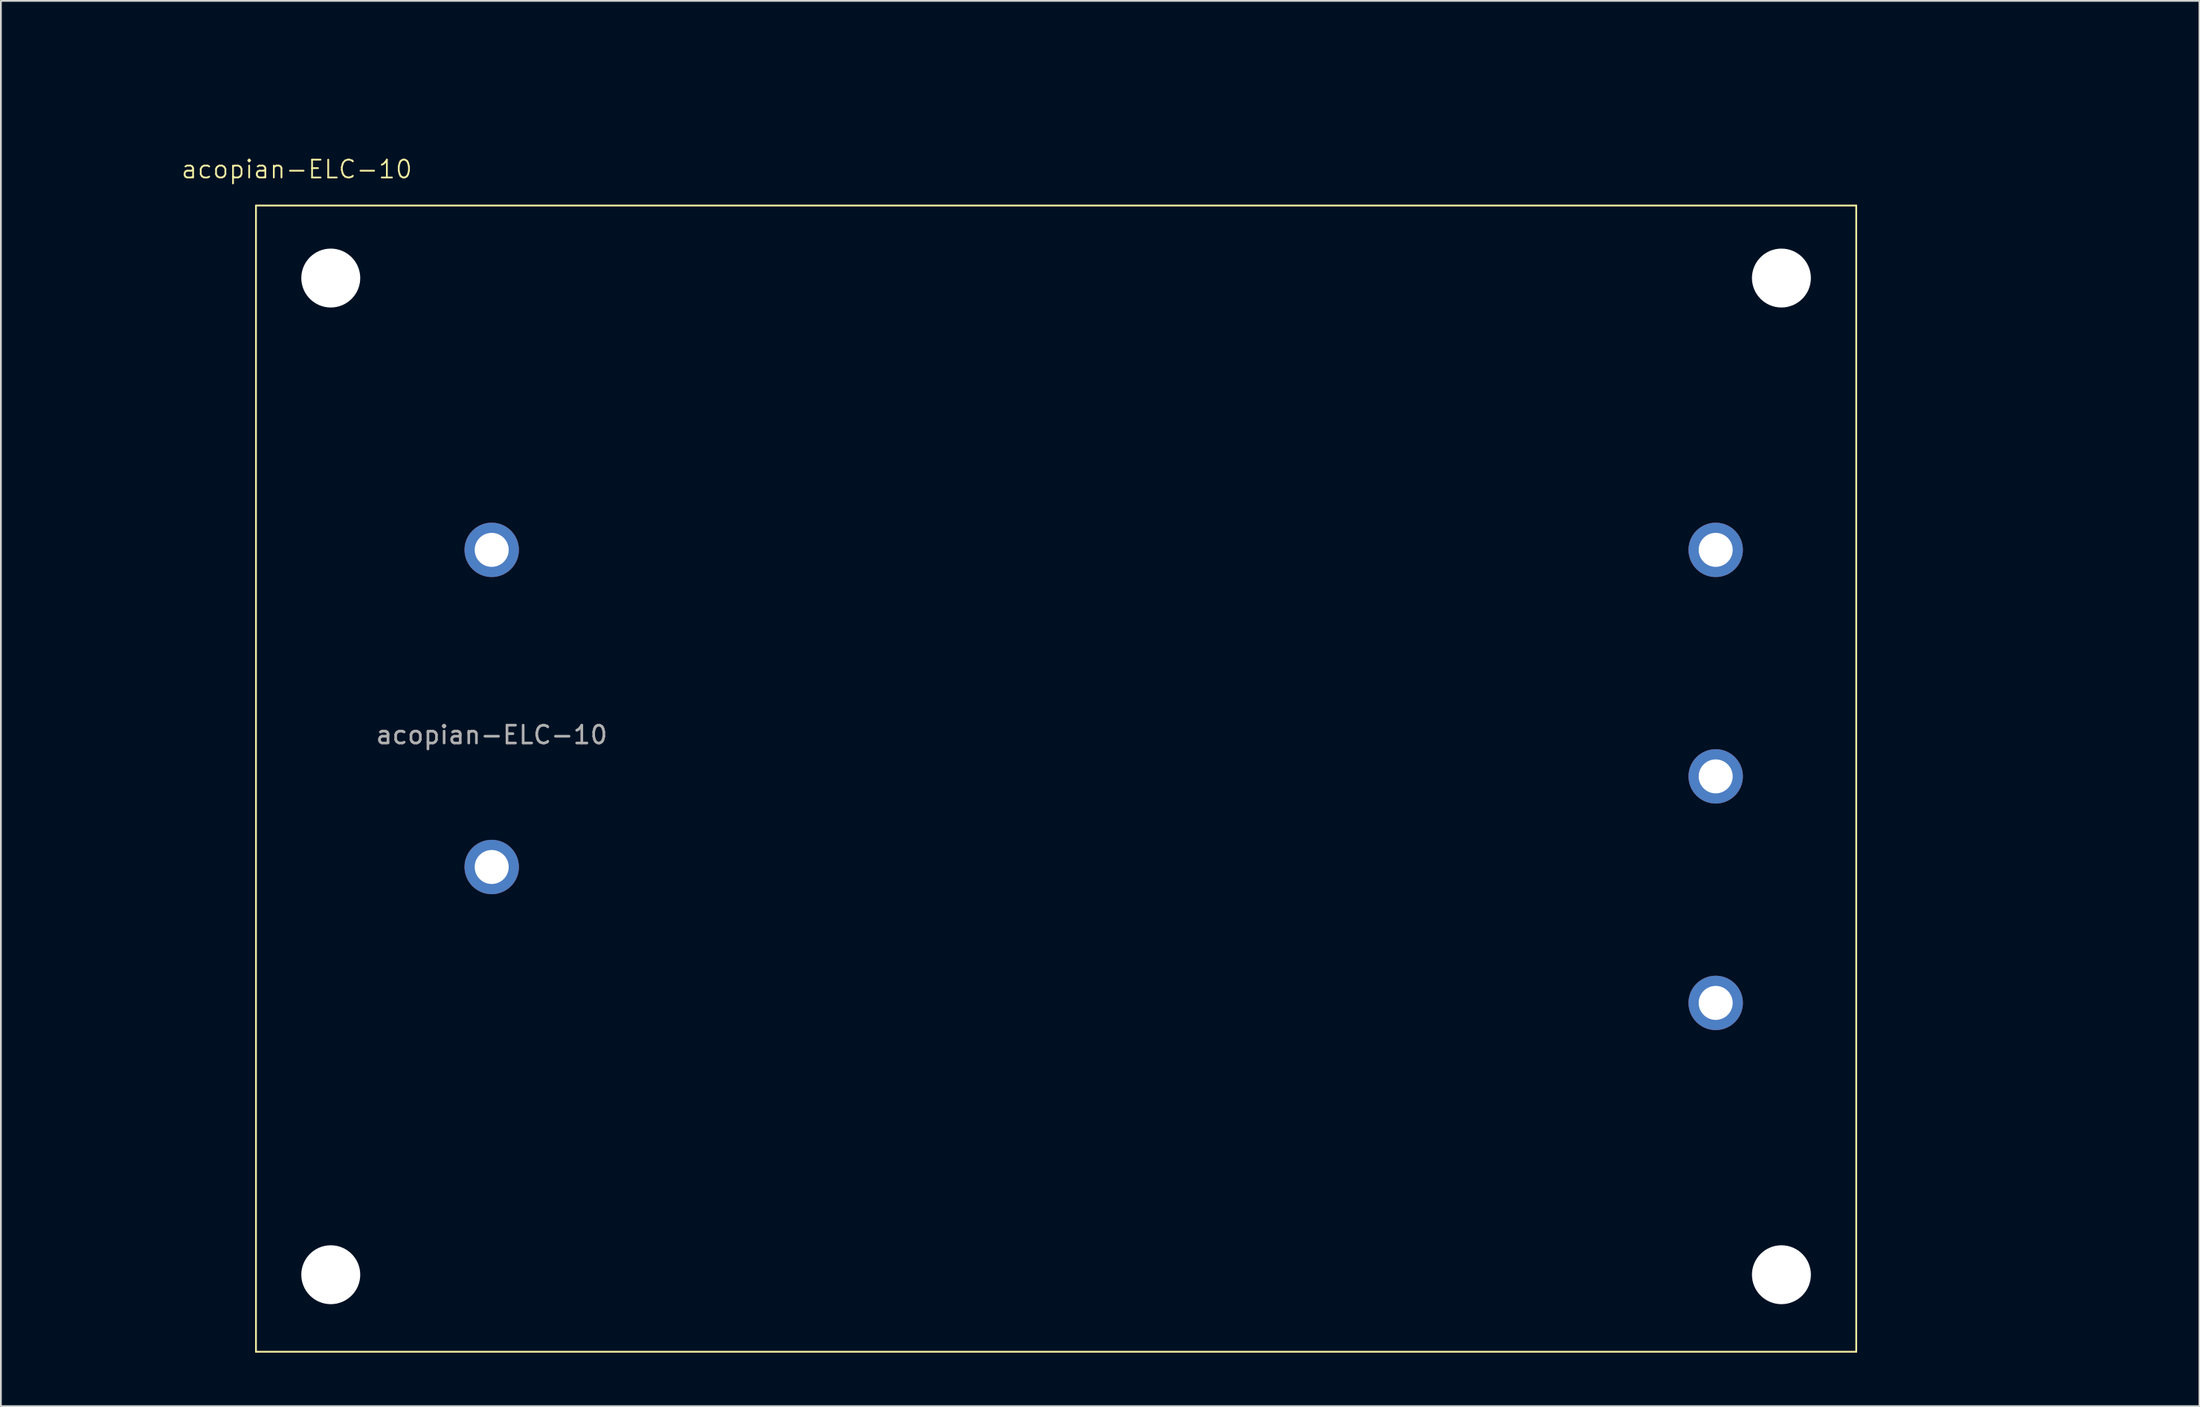
<source format=kicad_pcb>
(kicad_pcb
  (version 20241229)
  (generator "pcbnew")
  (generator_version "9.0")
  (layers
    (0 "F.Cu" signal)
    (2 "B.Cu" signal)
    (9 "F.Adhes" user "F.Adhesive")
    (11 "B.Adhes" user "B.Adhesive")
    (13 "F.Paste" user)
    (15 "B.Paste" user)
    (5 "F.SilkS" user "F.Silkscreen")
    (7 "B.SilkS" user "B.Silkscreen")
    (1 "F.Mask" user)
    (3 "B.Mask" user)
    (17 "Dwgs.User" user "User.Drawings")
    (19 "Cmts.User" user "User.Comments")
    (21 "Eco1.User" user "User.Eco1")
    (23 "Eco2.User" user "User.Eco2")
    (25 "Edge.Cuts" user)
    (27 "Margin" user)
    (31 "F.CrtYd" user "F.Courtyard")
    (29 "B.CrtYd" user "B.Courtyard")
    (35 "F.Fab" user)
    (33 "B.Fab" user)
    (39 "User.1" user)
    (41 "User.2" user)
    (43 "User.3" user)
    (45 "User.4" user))
  (footprint "acopian-ELC-10"
    (layer "F.Cu")
    (at 24.5 35.653)
    (property "Reference" "acopian-ELC-10" (at -10.922 -29.21 0) (unlocked yes) (layer "F.SilkS") (effects (font (size 1 1) (thickness 0.1))))
    (attr through_hole)
    (fp_line (start -13.208 37.084) (end -13.208 -27.178) (stroke (width 0.1) (type default)) (layer "F.SilkS"))
    (fp_line (start -13.208 37.084) (end 76.454 37.084) (stroke (width 0.1) (type default)) (layer "F.SilkS"))
    (fp_line (start 76.454 -27.178) (end -13.208 -27.178) (stroke (width 0.1) (type default)) (layer "F.SilkS"))
    (fp_line (start 76.454 37.084) (end 76.454 -27.178) (stroke (width 0.1) (type default)) (layer "F.SilkS"))
    (fp_text user "${REFERENCE}" (at 0 2.5 0) (unlocked yes) (layer "F.Fab") (effects (font (size 1 1) (thickness 0.15))))
    (dimension (type orthogonal) (layer "User.2") (pts (xy 93.08 40.479) (xy 93.08 53.179)) (height 4.445) (orientation 1) (format (prefix "") (suffix "") (units 3) (units_format 1) (precision 4)) (style (thickness 0.1) (arrow_length 1.27) (text_position_mode 0) (arrow_direction outward) (extension_height 0.586) (extension_offset 0.5) (keep_text_aligned yes)) (gr_text "12.7000 mm" (at 96.375 46.829 90) (layer "User.2") (effects (font (size 1 1) (thickness 0.15)))))
    (dimension (type orthogonal) (layer "User.2") (pts (xy 24.5 27.779) (xy 11.292 8.475)) (height -18.415) (orientation 1) (format (prefix "") (suffix "") (units 3) (units_format 1) (precision 4)) (style (thickness 0.1) (arrow_length 1.27) (text_position_mode 0) (arrow_direction outward) (extension_height 0.586) (extension_offset 0.5) (keep_text_aligned yes)) (gr_text "19.3040 mm" (at 4.935 18.127 90) (layer "User.2") (effects (font (size 1 1) (thickness 0.15)))))
    (dimension (type orthogonal) (layer "User.2") (pts (xy 96.763 12.539) (xy 96.763 68.419)) (height 16.637) (orientation 1) (format (prefix "") (suffix "") (units 3) (units_format 1) (precision 4)) (style (thickness 0.1) (arrow_length 1.27) (text_position_mode 0) (arrow_direction outward) (extension_height 0.586) (extension_offset 0.5) (keep_text_aligned yes)) (gr_text "55.8800 mm" (at 112.25 40.479 90) (layer "User.2") (effects (font (size 1 1) (thickness 0.15)))))
    (dimension (type orthogonal) (layer "User.2") (pts (xy 93.08 27.779) (xy 93.08 53.179)) (height -5.08) (orientation 1) (format (prefix "") (suffix "") (units 3) (units_format 1) (precision 4)) (style (thickness 0.1) (arrow_length 1.27) (text_position_mode 0) (arrow_direction outward) (extension_height 0.586) (extension_offset 0.5) (keep_text_aligned yes)) (gr_text "25.4000 mm" (at 86.85 40.479 90) (layer "User.2") (effects (font (size 1 1) (thickness 0.15)))))
    (dimension (type orthogonal) (layer "User.2") (pts (xy 93.08 27.779) (xy 100.954 8.475)) (height 15.24) (orientation 1) (format (prefix "") (suffix "") (units 3) (units_format 1) (precision 4)) (style (thickness 0.1) (arrow_length 1.27) (text_position_mode 0) (arrow_direction outward) (extension_height 0.586) (extension_offset 0.5) (keep_text_aligned yes)) (gr_text "19.3040 mm" (at 107.17 18.127 90) (layer "User.2") (effects (font (size 1 1) (thickness 0.15)))))
    (dimension (type orthogonal) (layer "User.2") (pts (xy 96.763 12.539) (xy 100.954 8.475)) (height 16.637) (orientation 1) (format (prefix "") (suffix "") (units 3) (units_format 1) (precision 4)) (style (thickness 0.1) (arrow_length 1.27) (text_position_mode 0) (arrow_direction outward) (extension_height 0.586) (extension_offset 0.5) (keep_text_aligned yes)) (gr_text "4.0640 mm" (at 112.25 10.507 90) (layer "User.2") (effects (font (size 1 1) (thickness 0.15)))))
    (dimension (type orthogonal) (layer "User.2") (pts (xy 24.5 27.779) (xy 24.5 45.559)) (height -18.415) (orientation 1) (format (prefix "") (suffix "") (units 3) (units_format 1) (precision 4)) (style (thickness 0.1) (arrow_length 1.27) (text_position_mode 0) (arrow_direction outward) (extension_height 0.586) (extension_offset 0.5) (keep_text_aligned yes)) (gr_text "17.7800 mm" (at 4.935 36.669 90) (layer "User.2") (effects (font (size 1 1) (thickness 0.15)))))
    (dimension (type orthogonal) (layer "User.2") (pts (xy 100.954 8.475) (xy 11.292 8.475)) (height -6.477) (orientation 0) (format (prefix "") (suffix "") (units 3) (units_format 1) (precision 4)) (style (thickness 0.1) (arrow_length 1.27) (text_position_mode 0) (arrow_direction outward) (extension_height 0.586) (extension_offset 0.5) (keep_text_aligned yes)) (gr_text "89.6620 mm" (at 56.123 0.848 0) (layer "User.2") (effects (font (size 1 1) (thickness 0.15)))))
    (dimension (type orthogonal) (layer "User.2") (pts (xy 96.763 68.419) (xy 15.483 68.419)) (height -3.556) (orientation 0) (format (prefix "") (suffix "") (units 3) (units_format 1) (precision 4)) (style (thickness 0.1) (arrow_length 1.27) (text_position_mode 0) (arrow_direction outward) (extension_height 0.586) (extension_offset 0.5) (keep_text_aligned yes)) (gr_text "81.2800 mm" (at 56.123 63.713 0) (layer "User.2") (effects (font (size 1 1) (thickness 0.15)))))
    (dimension (type orthogonal) (layer "User.2") (pts (xy 93.08 27.779) (xy 24.5 27.779)) (height -7.366) (orientation 0) (format (prefix "") (suffix "") (units 3) (units_format 1) (precision 4)) (style (thickness 0.1) (arrow_length 1.27) (text_position_mode 0) (arrow_direction outward) (extension_height 0.586) (extension_offset 0.5) (keep_text_aligned yes)) (gr_text "68.5800 mm" (at 58.79 19.263 0) (layer "User.2") (effects (font (size 1 1) (thickness 0.15)))))
    (pad "" np_thru_hole circle (at -9.017 -23.114) (size 3.302 3.302) (drill 3.302) (layers "*.Cu" "*.Mask"))
    (pad "" np_thru_hole circle (at -9.017 32.766) (size 3.302 3.302) (drill 3.302) (layers "*.Cu" "*.Mask"))
    (pad "" np_thru_hole circle (at 72.263 -23.114) (size 3.302 3.302) (drill 3.302) (layers "*.Cu" "*.Mask"))
    (pad "" np_thru_hole circle (at 72.263 32.766) (size 3.302 3.302) (drill 3.302) (layers "*.Cu" "*.Mask"))
    (pad "1" thru_hole circle (at 0 9.906) (size 3.048 3.048) (drill 1.905) (layers "*.Cu" "*.Mask"))
    (pad "2" thru_hole circle (at 0 -7.874) (size 3.048 3.048) (drill 1.905) (layers "*.Cu" "*.Mask"))
    (pad "3" thru_hole circle (at 68.58 17.526) (size 3.048 3.048) (drill 1.905) (layers "*.Cu" "*.Mask"))
    (pad "4" thru_hole circle (at 68.58 4.826) (size 3.048 3.048) (drill 1.905) (layers "*.Cu" "*.Mask"))
    (pad "5" thru_hole circle (at 68.58 -7.874) (size 3.048 3.048) (drill 1.905) (layers "*.Cu" "*.Mask")))
  (gr_rect
    (start -3 -3)
    (end 120.184 75.787)
    (stroke (width 0.1) (type default))
    (fill no)
    (layer "Edge.Cuts")))
</source>
